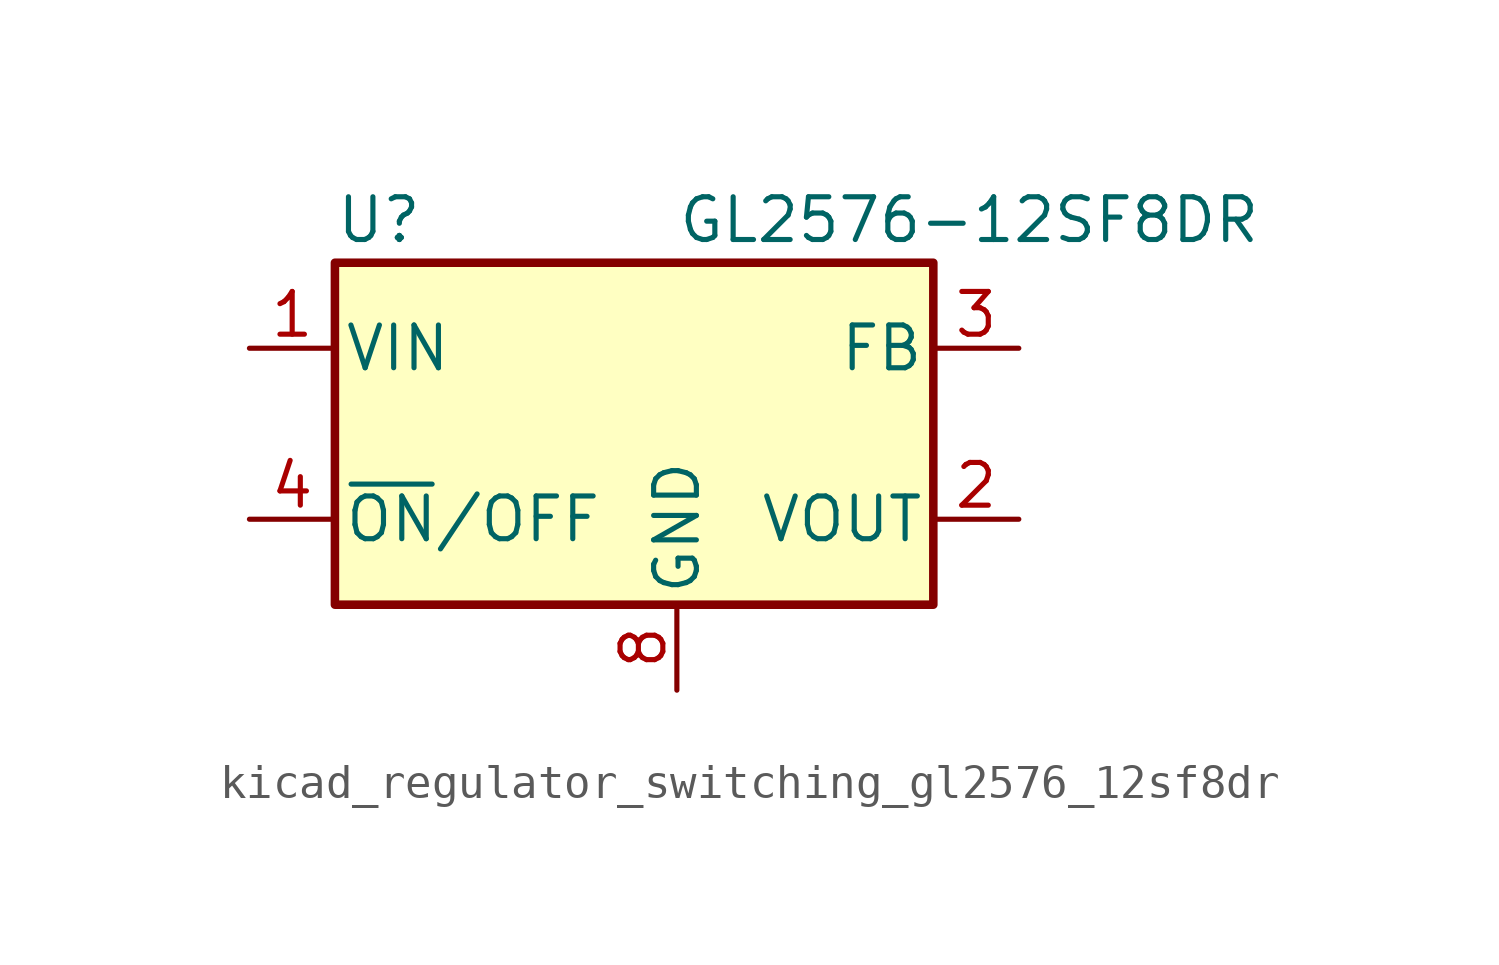
<source format=kicad_sym>
(kicad_symbol_lib
  (version 20220914)
  (generator kicad_symbol_editor)
  (symbol "kicad_regulator_switching_gl2576_12sf8dr"
    (pin_names
      (offset 0.254))
    (property "Reference" "U"
      (at -10.16 6.35 0)
      (effects (font (size 1.27 1.27)) (justify left)))
    (property "Value" "GL2576-12SF8DR"
      (at 0 6.35 0)
      (effects (font (size 1.27 1.27)) (justify left)))
    (symbol "kicad_regulator_switching_gl2576_12sf8dr_0_1"
      (rectangle (start -10.16 5.08) (end 7.62 -5.08) (stroke (width 0.254) (type default)) (fill (type background))))
    (symbol "kicad_regulator_switching_gl2576_12sf8dr_1_1"
      (pin power_in line (at -12.7 2.54 0) (length 2.54) (name "VIN" (effects (font (size 1.27 1.27)))) (number "1" (effects (font (size 1.27 1.27)))))
      (pin output line (at 10.16 -2.54 180) (length 2.54) (name "VOUT" (effects (font (size 1.27 1.27)))) (number "2" (effects (font (size 1.27 1.27)))))
      (pin passive line (at 10.16 2.54 180) (length 2.54) (name "FB" (effects (font (size 1.27 1.27)))) (number "3" (effects (font (size 1.27 1.27)))))
      (pin input line (at -12.7 -2.54 0) (length 2.54) (name "~{ON}/OFF" (effects (font (size 1.27 1.27)))) (number "4" (effects (font (size 1.27 1.27)))))
      (pin passive line (at 0 -7.62 90) (length 2.54) hide (name "GND" (effects (font (size 1.27 1.27)))) (number "5" (effects (font (size 1.27 1.27)))))
      (pin passive line (at 0 -7.62 90) (length 2.54) hide (name "GND" (effects (font (size 1.27 1.27)))) (number "6" (effects (font (size 1.27 1.27)))))
      (pin passive line (at 0 -7.62 90) (length 2.54) hide (name "GND" (effects (font (size 1.27 1.27)))) (number "7" (effects (font (size 1.27 1.27)))))
      (pin power_in line (at 0 -7.62 90) (length 2.54) (name "GND" (effects (font (size 1.27 1.27)))) (number "8" (effects (font (size 1.27 1.27))))))))
</source>
